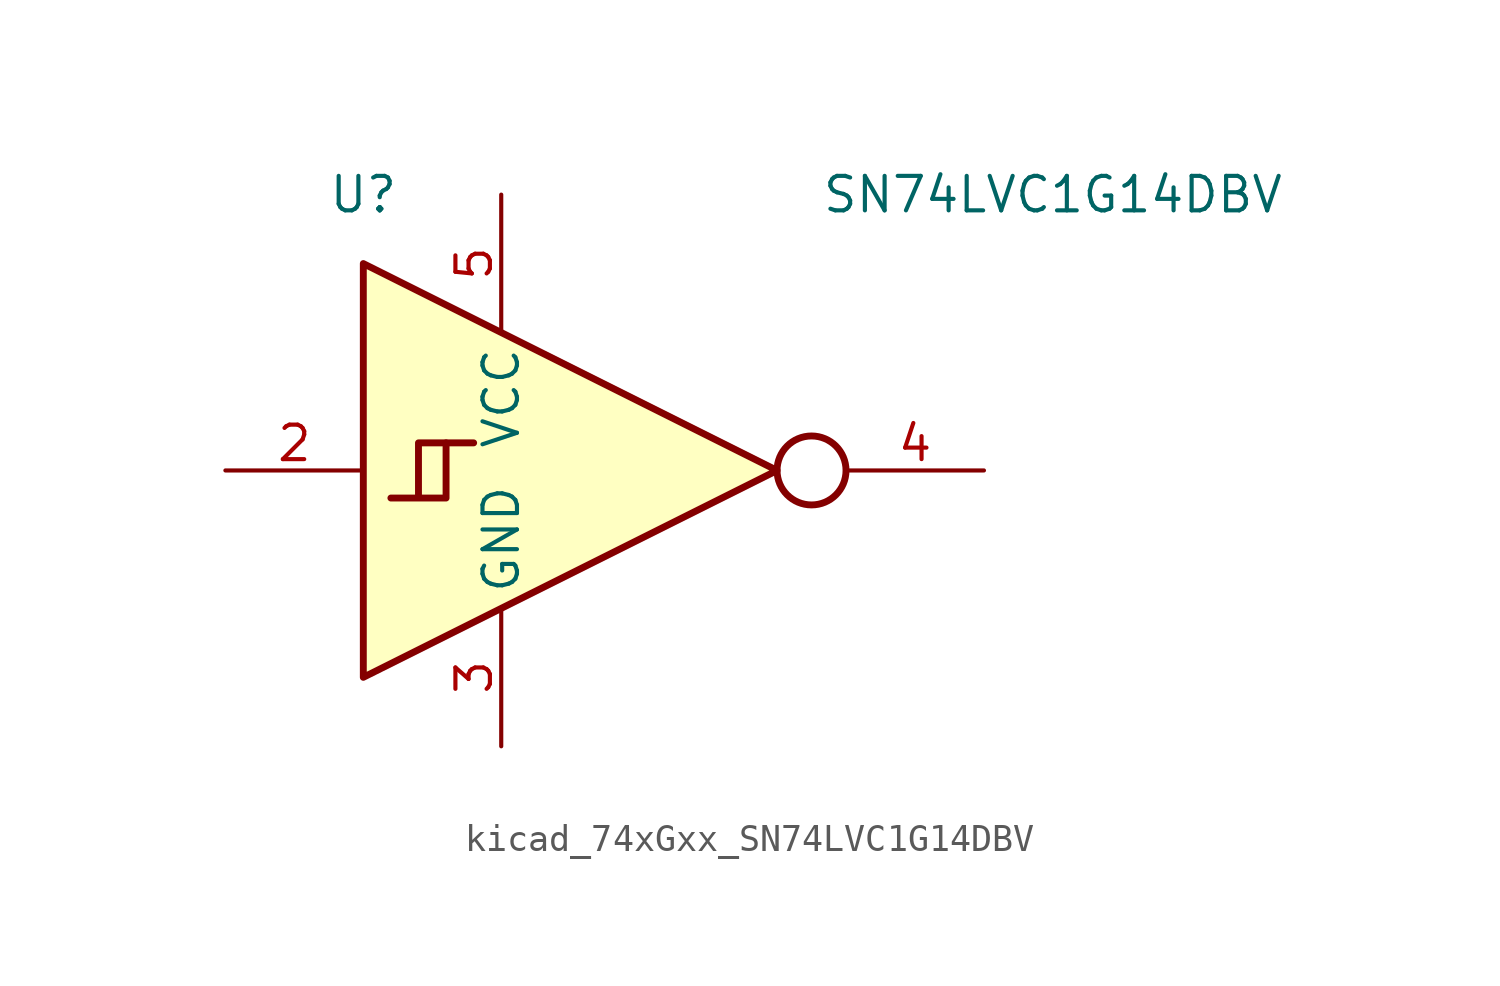
<source format=kicad_sym>
(kicad_symbol_lib
  (version 20220914)
  (generator kicad_symbol_editor)
  (symbol "kicad_74xGxx_SN74LVC1G14DBV"
    (property "Reference" "U"
      (at -5.08 10.16 0)
      (effects (font (size 1.27 1.27))))
    (property "Value" "SN74LVC1G14DBV"
      (at 20.32 10.16 0)
      (effects (font (size 1.27 1.27))))
    (symbol "kicad_74xGxx_SN74LVC1G14DBV_0_1"
      (polyline (pts (xy -2.032 1.016) (xy -1.016 1.016)) (stroke (width 0.254) (type default)) (fill (type background)))
      (polyline (pts (xy -5.08 7.62) (xy -5.08 -7.62) (xy 10.16 0) (xy -5.08 7.62)) (stroke (width 0.254) (type default)) (fill (type background)))
      (polyline (pts (xy -3.048 -1.016) (xy -3.048 1.016) (xy -2.032 1.016) (xy -2.032 -1.016) (xy -4.064 -1.016)) (stroke (width 0.254) (type default)) (fill (type background)))
      (circle (center 11.43 0) (radius 1.27) (stroke (width 0.254) (type default)) (fill (type none))))
    (symbol "kicad_74xGxx_SN74LVC1G14DBV_1_1"
      (pin no_connect line (at 10.16 0 180) (length 5.08) hide (name "NC" (effects (font (size 1.27 1.27)))) (number "1" (effects (font (size 1.27 1.27)))))
      (pin input line (at -10.16 0 0) (length 5.08) (name "~" (effects (font (size 1.27 1.27)))) (number "2" (effects (font (size 1.27 1.27)))))
      (pin power_in line (at 0 -10.16 90) (length 5.08) (name "GND" (effects (font (size 1.27 1.27)))) (number "3" (effects (font (size 1.27 1.27)))))
      (pin output line (at 17.78 0 180) (length 5.08) (name "~" (effects (font (size 1.27 1.27)))) (number "4" (effects (font (size 1.27 1.27)))))
      (pin power_in line (at 0 10.16 270) (length 5.08) (name "VCC" (effects (font (size 1.27 1.27)))) (number "5" (effects (font (size 1.27 1.27))))))))
</source>
